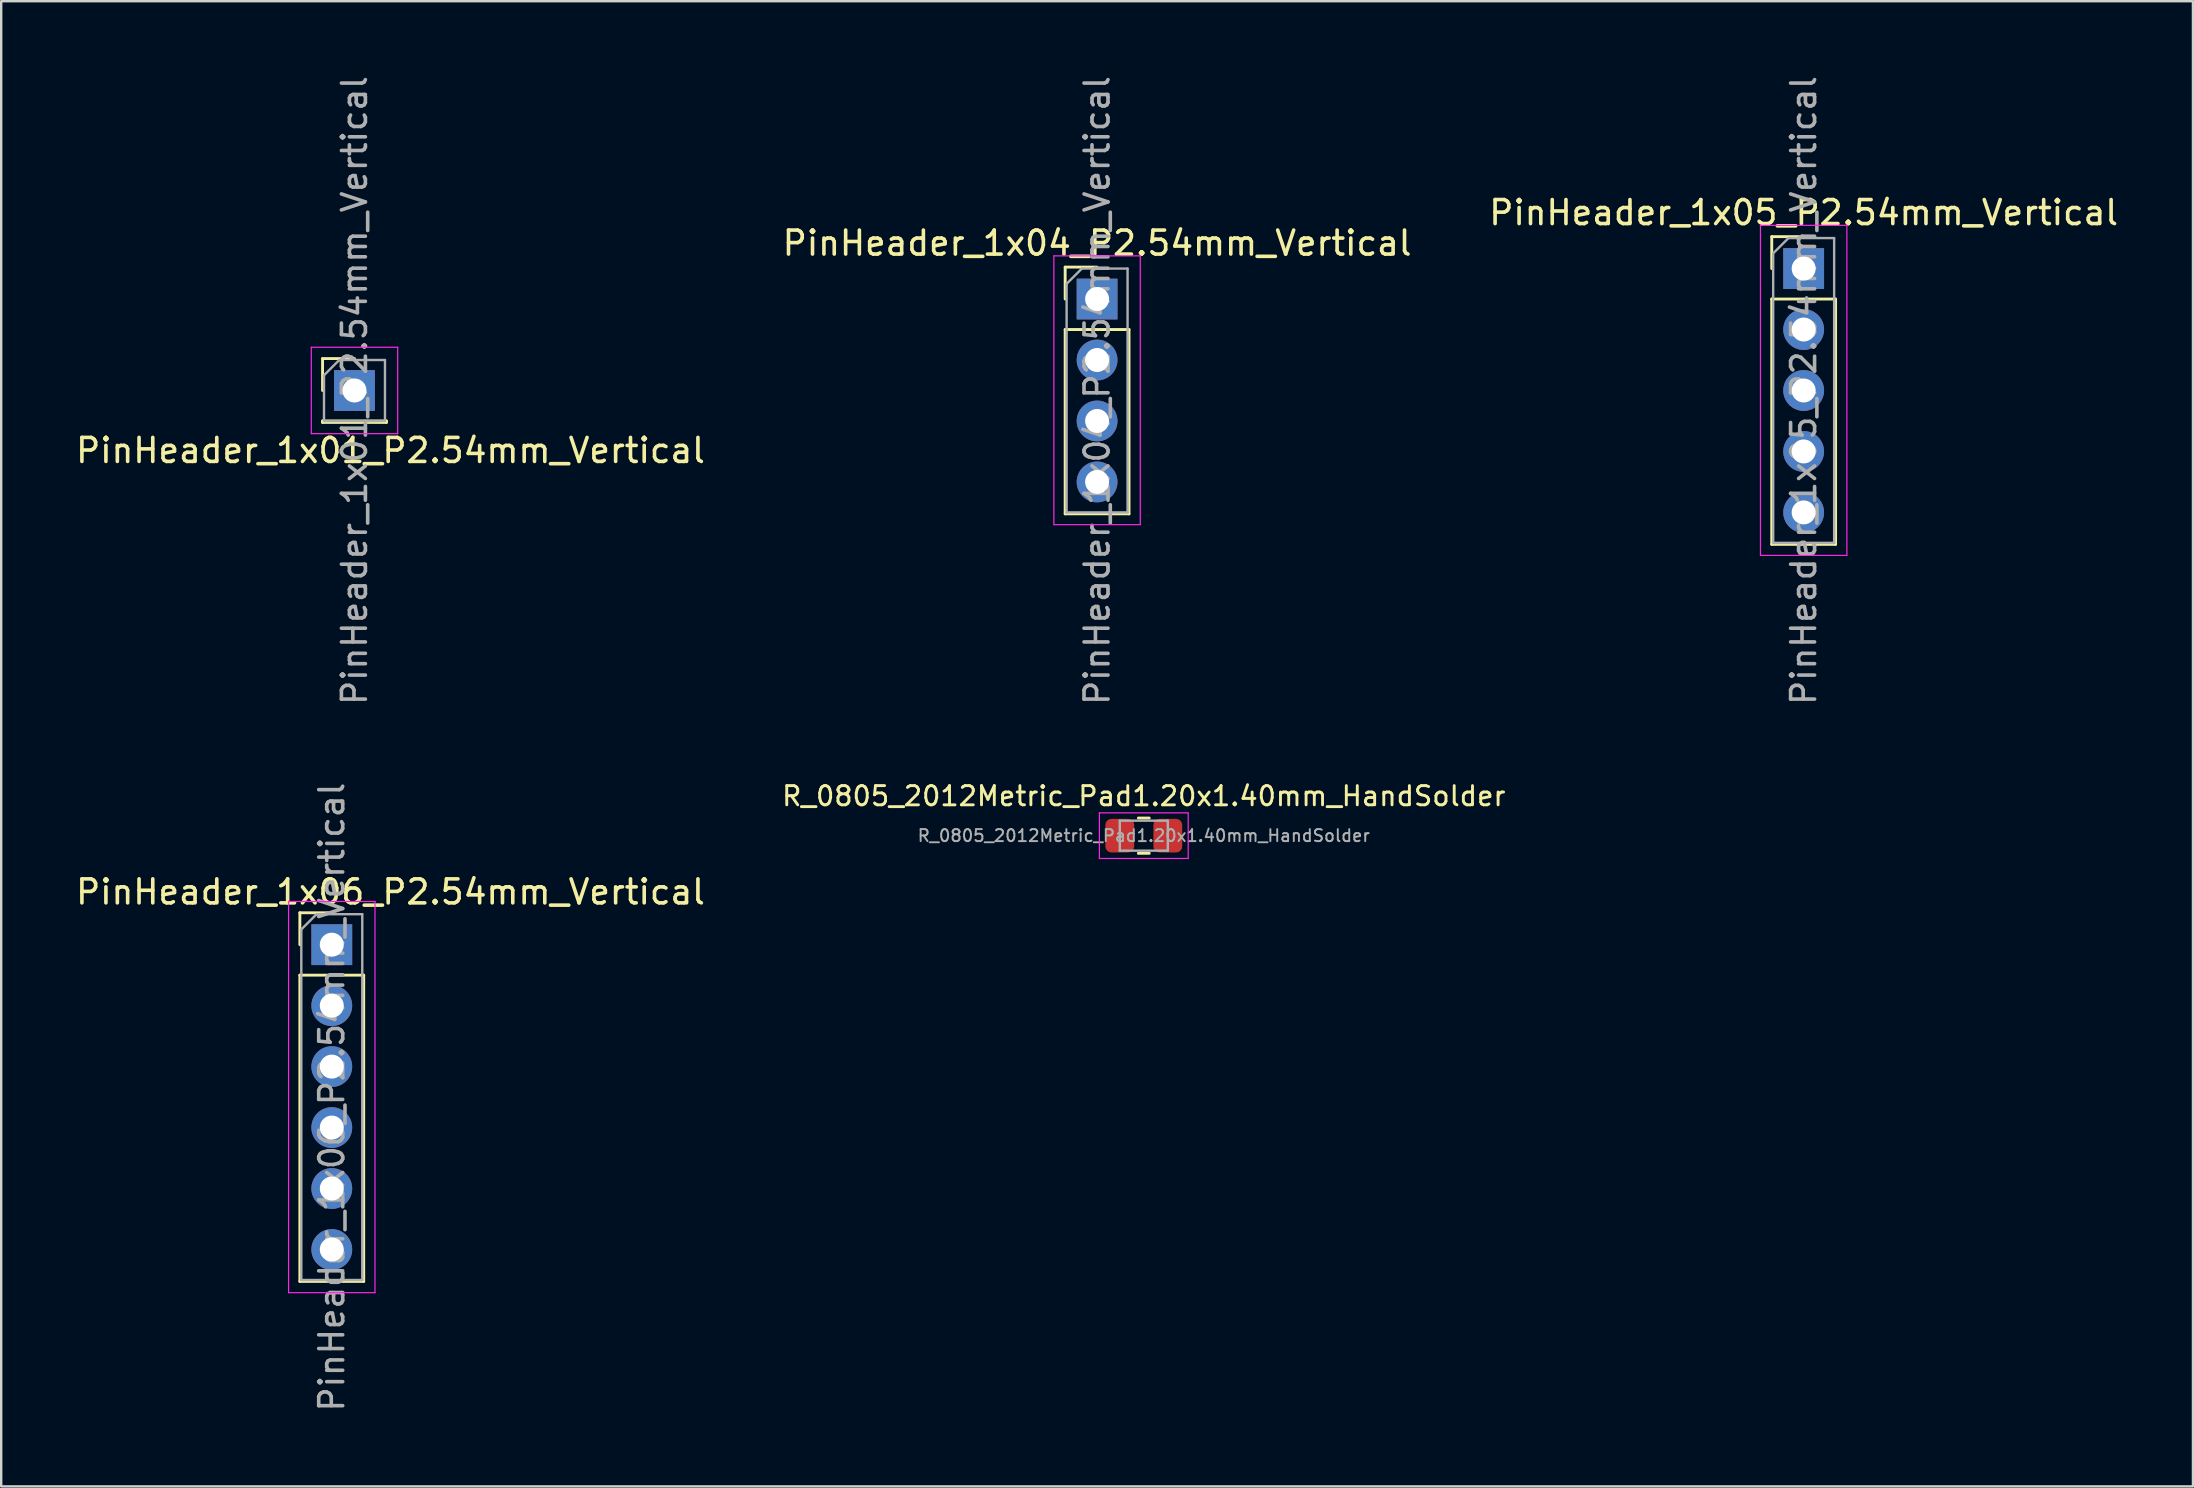
<source format=kicad_pcb>
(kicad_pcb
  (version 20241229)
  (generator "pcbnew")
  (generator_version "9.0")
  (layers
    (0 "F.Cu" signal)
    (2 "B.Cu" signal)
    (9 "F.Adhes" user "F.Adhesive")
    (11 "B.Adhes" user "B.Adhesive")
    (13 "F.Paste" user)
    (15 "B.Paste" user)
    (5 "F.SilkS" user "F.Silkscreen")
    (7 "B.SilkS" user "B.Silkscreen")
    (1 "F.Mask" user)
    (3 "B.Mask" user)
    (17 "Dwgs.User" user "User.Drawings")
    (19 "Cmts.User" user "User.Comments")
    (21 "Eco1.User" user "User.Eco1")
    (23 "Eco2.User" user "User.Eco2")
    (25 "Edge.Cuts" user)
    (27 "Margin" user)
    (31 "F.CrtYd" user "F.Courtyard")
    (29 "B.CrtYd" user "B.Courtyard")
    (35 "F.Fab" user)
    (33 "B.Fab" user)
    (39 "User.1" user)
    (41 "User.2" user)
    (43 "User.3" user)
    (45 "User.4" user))
  (footprint "PinHeader_1x05_P2.54mm_Vertical"
    (layer "F.Cu")
    (at 72.101 8.14)
    (property "Reference" "PinHeader_1x05_P2.54mm_Vertical" (at 0 -2.33 0) (layer "F.SilkS") (effects (font (size 1 1) (thickness 0.15))))
    (attr through_hole)
    (fp_line (start -1.33 -1.33) (end 0 -1.33) (stroke (width 0.12) (type solid)) (layer "F.SilkS"))
    (fp_line (start -1.33 0) (end -1.33 -1.33) (stroke (width 0.12) (type solid)) (layer "F.SilkS"))
    (fp_line (start -1.33 1.27) (end -1.33 11.49) (stroke (width 0.12) (type solid)) (layer "F.SilkS"))
    (fp_line (start -1.33 1.27) (end 1.33 1.27) (stroke (width 0.12) (type solid)) (layer "F.SilkS"))
    (fp_line (start -1.33 11.49) (end 1.33 11.49) (stroke (width 0.12) (type solid)) (layer "F.SilkS"))
    (fp_line (start 1.33 1.27) (end 1.33 11.49) (stroke (width 0.12) (type solid)) (layer "F.SilkS"))
    (fp_line (start -1.8 -1.8) (end -1.8 11.95) (stroke (width 0.05) (type solid)) (layer "F.CrtYd"))
    (fp_line (start -1.8 11.95) (end 1.8 11.95) (stroke (width 0.05) (type solid)) (layer "F.CrtYd"))
    (fp_line (start 1.8 -1.8) (end -1.8 -1.8) (stroke (width 0.05) (type solid)) (layer "F.CrtYd"))
    (fp_line (start 1.8 11.95) (end 1.8 -1.8) (stroke (width 0.05) (type solid)) (layer "F.CrtYd"))
    (fp_line (start -1.27 -0.635) (end -0.635 -1.27) (stroke (width 0.1) (type solid)) (layer "F.Fab"))
    (fp_line (start -1.27 11.43) (end -1.27 -0.635) (stroke (width 0.1) (type solid)) (layer "F.Fab"))
    (fp_line (start -0.635 -1.27) (end 1.27 -1.27) (stroke (width 0.1) (type solid)) (layer "F.Fab"))
    (fp_line (start 1.27 -1.27) (end 1.27 11.43) (stroke (width 0.1) (type solid)) (layer "F.Fab"))
    (fp_line (start 1.27 11.43) (end -1.27 11.43) (stroke (width 0.1) (type solid)) (layer "F.Fab"))
    (fp_text user "${REFERENCE}" (at 0 5.08 90) (layer "F.Fab") (effects (font (size 1 1) (thickness 0.15))))
    (pad "1" thru_hole rect (at 0 0) (size 1.7 1.7) (drill 1) (layers "*.Cu" "*.Mask"))
    (pad "2" thru_hole oval (at 0 2.54) (size 1.7 1.7) (drill 1) (layers "*.Cu" "*.Mask"))
    (pad "3" thru_hole oval (at 0 5.08) (size 1.7 1.7) (drill 1) (layers "*.Cu" "*.Mask"))
    (pad "4" thru_hole oval (at 0 7.62) (size 1.7 1.7) (drill 1) (layers "*.Cu" "*.Mask"))
    (pad "5" thru_hole oval (at 0 10.16) (size 1.7 1.7) (drill 1) (layers "*.Cu" "*.Mask")))
  (footprint "PinHeader_1x04_P2.54mm_Vertical"
    (layer "F.Cu")
    (at 42.661 9.41)
    (property "Reference" "PinHeader_1x04_P2.54mm_Vertical" (at 0 -2.33 0) (layer "F.SilkS") (effects (font (size 1 1) (thickness 0.15))))
    (attr through_hole)
    (fp_line (start -1.33 -1.33) (end 0 -1.33) (stroke (width 0.12) (type solid)) (layer "F.SilkS"))
    (fp_line (start -1.33 0) (end -1.33 -1.33) (stroke (width 0.12) (type solid)) (layer "F.SilkS"))
    (fp_line (start -1.33 1.27) (end -1.33 8.95) (stroke (width 0.12) (type solid)) (layer "F.SilkS"))
    (fp_line (start -1.33 1.27) (end 1.33 1.27) (stroke (width 0.12) (type solid)) (layer "F.SilkS"))
    (fp_line (start -1.33 8.95) (end 1.33 8.95) (stroke (width 0.12) (type solid)) (layer "F.SilkS"))
    (fp_line (start 1.33 1.27) (end 1.33 8.95) (stroke (width 0.12) (type solid)) (layer "F.SilkS"))
    (fp_line (start -1.8 -1.8) (end -1.8 9.4) (stroke (width 0.05) (type solid)) (layer "F.CrtYd"))
    (fp_line (start -1.8 9.4) (end 1.8 9.4) (stroke (width 0.05) (type solid)) (layer "F.CrtYd"))
    (fp_line (start 1.8 -1.8) (end -1.8 -1.8) (stroke (width 0.05) (type solid)) (layer "F.CrtYd"))
    (fp_line (start 1.8 9.4) (end 1.8 -1.8) (stroke (width 0.05) (type solid)) (layer "F.CrtYd"))
    (fp_line (start -1.27 -0.635) (end -0.635 -1.27) (stroke (width 0.1) (type solid)) (layer "F.Fab"))
    (fp_line (start -1.27 8.89) (end -1.27 -0.635) (stroke (width 0.1) (type solid)) (layer "F.Fab"))
    (fp_line (start -0.635 -1.27) (end 1.27 -1.27) (stroke (width 0.1) (type solid)) (layer "F.Fab"))
    (fp_line (start 1.27 -1.27) (end 1.27 8.89) (stroke (width 0.1) (type solid)) (layer "F.Fab"))
    (fp_line (start 1.27 8.89) (end -1.27 8.89) (stroke (width 0.1) (type solid)) (layer "F.Fab"))
    (fp_text user "${REFERENCE}" (at 0 3.81 270) (layer "F.Fab") (effects (font (size 1 1) (thickness 0.15))))
    (pad "1" thru_hole rect (at 0 0) (size 1.7 1.7) (drill 1) (layers "*.Cu" "*.Mask"))
    (pad "2" thru_hole oval (at 0 2.54) (size 1.7 1.7) (drill 1) (layers "*.Cu" "*.Mask"))
    (pad "3" thru_hole oval (at 0 5.08) (size 1.7 1.7) (drill 1) (layers "*.Cu" "*.Mask"))
    (pad "4" thru_hole oval (at 0 7.62) (size 1.7 1.7) (drill 1) (layers "*.Cu" "*.Mask")))
  (footprint "PinHeader_1x01_P2.54mm_Vertical"
    (layer "F.Cu")
    (at 11.72 13.22)
    (property "Reference" "PinHeader_1x01_P2.54mm_Vertical" (at 1.5 2.5 0) (layer "F.SilkS") (effects (font (size 1 1) (thickness 0.15))))
    (attr through_hole)
    (fp_line (start -1.33 -1.33) (end 0 -1.33) (stroke (width 0.12) (type solid)) (layer "F.SilkS"))
    (fp_line (start -1.33 0) (end -1.33 -1.33) (stroke (width 0.12) (type solid)) (layer "F.SilkS"))
    (fp_line (start -1.33 1.27) (end -1.33 1.33) (stroke (width 0.12) (type solid)) (layer "F.SilkS"))
    (fp_line (start -1.33 1.27) (end 1.33 1.27) (stroke (width 0.12) (type solid)) (layer "F.SilkS"))
    (fp_line (start -1.33 1.33) (end 1.33 1.33) (stroke (width 0.12) (type solid)) (layer "F.SilkS"))
    (fp_line (start 1.33 1.27) (end 1.33 1.33) (stroke (width 0.12) (type solid)) (layer "F.SilkS"))
    (fp_line (start -1.8 -1.8) (end -1.8 1.8) (stroke (width 0.05) (type solid)) (layer "F.CrtYd"))
    (fp_line (start -1.8 1.8) (end 1.8 1.8) (stroke (width 0.05) (type solid)) (layer "F.CrtYd"))
    (fp_line (start 1.8 -1.8) (end -1.8 -1.8) (stroke (width 0.05) (type solid)) (layer "F.CrtYd"))
    (fp_line (start 1.8 1.8) (end 1.8 -1.8) (stroke (width 0.05) (type solid)) (layer "F.CrtYd"))
    (fp_line (start -1.27 -0.635) (end -0.635 -1.27) (stroke (width 0.1) (type solid)) (layer "F.Fab"))
    (fp_line (start -1.27 1.27) (end -1.27 -0.635) (stroke (width 0.1) (type solid)) (layer "F.Fab"))
    (fp_line (start -0.635 -1.27) (end 1.27 -1.27) (stroke (width 0.1) (type solid)) (layer "F.Fab"))
    (fp_line (start 1.27 -1.27) (end 1.27 1.27) (stroke (width 0.1) (type solid)) (layer "F.Fab"))
    (fp_line (start 1.27 1.27) (end -1.27 1.27) (stroke (width 0.1) (type solid)) (layer "F.Fab"))
    (fp_text user "${REFERENCE}" (at 0 0 90) (layer "F.Fab") (effects (font (size 1 1) (thickness 0.15))))
    (pad "1" thru_hole rect (at 0 0 180) (size 1.7 1.7) (drill 1) (layers "*.Cu" "*.Mask")))
  (footprint "R_0805_2012Metric_Pad1.20x1.40mm_HandSolder"
    (layer "F.Cu")
    (at 44.607 31.769)
    (property "Reference" "R_0805_2012Metric_Pad1.20x1.40mm_HandSolder" (at 0 -1.65 0) (layer "F.SilkS") (effects (font (size 0.8 0.8) (thickness 0.12))))
    (attr smd)
    (fp_line (start -0.227 -0.735) (end 0.227 -0.735) (stroke (width 0.12) (type solid)) (layer "F.SilkS"))
    (fp_line (start -0.227 0.735) (end 0.227 0.735) (stroke (width 0.12) (type solid)) (layer "F.SilkS"))
    (fp_line (start -1.85 -0.95) (end 1.85 -0.95) (stroke (width 0.05) (type solid)) (layer "F.CrtYd"))
    (fp_line (start -1.85 0.95) (end -1.85 -0.95) (stroke (width 0.05) (type solid)) (layer "F.CrtYd"))
    (fp_line (start 1.85 -0.95) (end 1.85 0.95) (stroke (width 0.05) (type solid)) (layer "F.CrtYd"))
    (fp_line (start 1.85 0.95) (end -1.85 0.95) (stroke (width 0.05) (type solid)) (layer "F.CrtYd"))
    (fp_line (start -1 -0.625) (end 1 -0.625) (stroke (width 0.1) (type solid)) (layer "F.Fab"))
    (fp_line (start -1 0.625) (end -1 -0.625) (stroke (width 0.1) (type solid)) (layer "F.Fab"))
    (fp_line (start 1 -0.625) (end 1 0.625) (stroke (width 0.1) (type solid)) (layer "F.Fab"))
    (fp_line (start 1 0.625) (end -1 0.625) (stroke (width 0.1) (type solid)) (layer "F.Fab"))
    (fp_text user "${REFERENCE}" (at 0 0 0) (layer "F.Fab") (effects (font (size 0.5 0.5) (thickness 0.08))))
    (pad "1" smd roundrect (at -1 0) (size 1.2 1.4) (layers "F.Cu" "F.Mask" "F.Paste") (roundrect_rratio 0.208))
    (pad "2" smd roundrect (at 1 0) (size 1.2 1.4) (layers "F.Cu" "F.Mask" "F.Paste") (roundrect_rratio 0.208)))
  (footprint "PinHeader_1x06_P2.54mm_Vertical"
    (layer "F.Cu")
    (at 10.774 36.311)
    (property "Reference" "PinHeader_1x06_P2.54mm_Vertical" (at 2.446 -2.198 0) (layer "F.SilkS") (effects (font (size 1 1) (thickness 0.15))))
    (attr through_hole)
    (fp_line (start -1.33 -1.33) (end 0 -1.33) (stroke (width 0.12) (type solid)) (layer "F.SilkS"))
    (fp_line (start -1.33 0) (end -1.33 -1.33) (stroke (width 0.12) (type solid)) (layer "F.SilkS"))
    (fp_line (start -1.33 1.27) (end -1.33 14.03) (stroke (width 0.12) (type solid)) (layer "F.SilkS"))
    (fp_line (start -1.33 1.27) (end 1.33 1.27) (stroke (width 0.12) (type solid)) (layer "F.SilkS"))
    (fp_line (start -1.33 14.03) (end 1.33 14.03) (stroke (width 0.12) (type solid)) (layer "F.SilkS"))
    (fp_line (start 1.33 1.27) (end 1.33 14.03) (stroke (width 0.12) (type solid)) (layer "F.SilkS"))
    (fp_line (start -1.8 -1.8) (end -1.8 14.5) (stroke (width 0.05) (type solid)) (layer "F.CrtYd"))
    (fp_line (start -1.8 14.5) (end 1.8 14.5) (stroke (width 0.05) (type solid)) (layer "F.CrtYd"))
    (fp_line (start 1.8 -1.8) (end -1.8 -1.8) (stroke (width 0.05) (type solid)) (layer "F.CrtYd"))
    (fp_line (start 1.8 14.5) (end 1.8 -1.8) (stroke (width 0.05) (type solid)) (layer "F.CrtYd"))
    (fp_line (start -1.27 -0.635) (end -0.635 -1.27) (stroke (width 0.1) (type solid)) (layer "F.Fab"))
    (fp_line (start -1.27 13.97) (end -1.27 -0.635) (stroke (width 0.1) (type solid)) (layer "F.Fab"))
    (fp_line (start -0.635 -1.27) (end 1.27 -1.27) (stroke (width 0.1) (type solid)) (layer "F.Fab"))
    (fp_line (start 1.27 -1.27) (end 1.27 13.97) (stroke (width 0.1) (type solid)) (layer "F.Fab"))
    (fp_line (start 1.27 13.97) (end -1.27 13.97) (stroke (width 0.1) (type solid)) (layer "F.Fab"))
    (fp_text user "${REFERENCE}" (at 0 6.35 90) (layer "F.Fab") (effects (font (size 1 1) (thickness 0.15))))
    (pad "1" thru_hole rect (at 0 0) (size 1.7 1.7) (drill 1) (layers "*.Cu" "*.Mask"))
    (pad "2" thru_hole oval (at 0 2.54) (size 1.7 1.7) (drill 1) (layers "*.Cu" "*.Mask"))
    (pad "3" thru_hole oval (at 0 5.08) (size 1.7 1.7) (drill 1) (layers "*.Cu" "*.Mask"))
    (pad "4" thru_hole oval (at 0 7.62) (size 1.7 1.7) (drill 1) (layers "*.Cu" "*.Mask"))
    (pad "5" thru_hole oval (at 0 10.16) (size 1.7 1.7) (drill 1) (layers "*.Cu" "*.Mask"))
    (pad "6" thru_hole oval (at 0 12.7) (size 1.7 1.7) (drill 1) (layers "*.Cu" "*.Mask")))
  (gr_rect
    (start -3 -3)
    (end 88.321 58.881)
    (stroke (width 0.1) (type default))
    (fill no)
    (layer "Edge.Cuts")))
</source>
